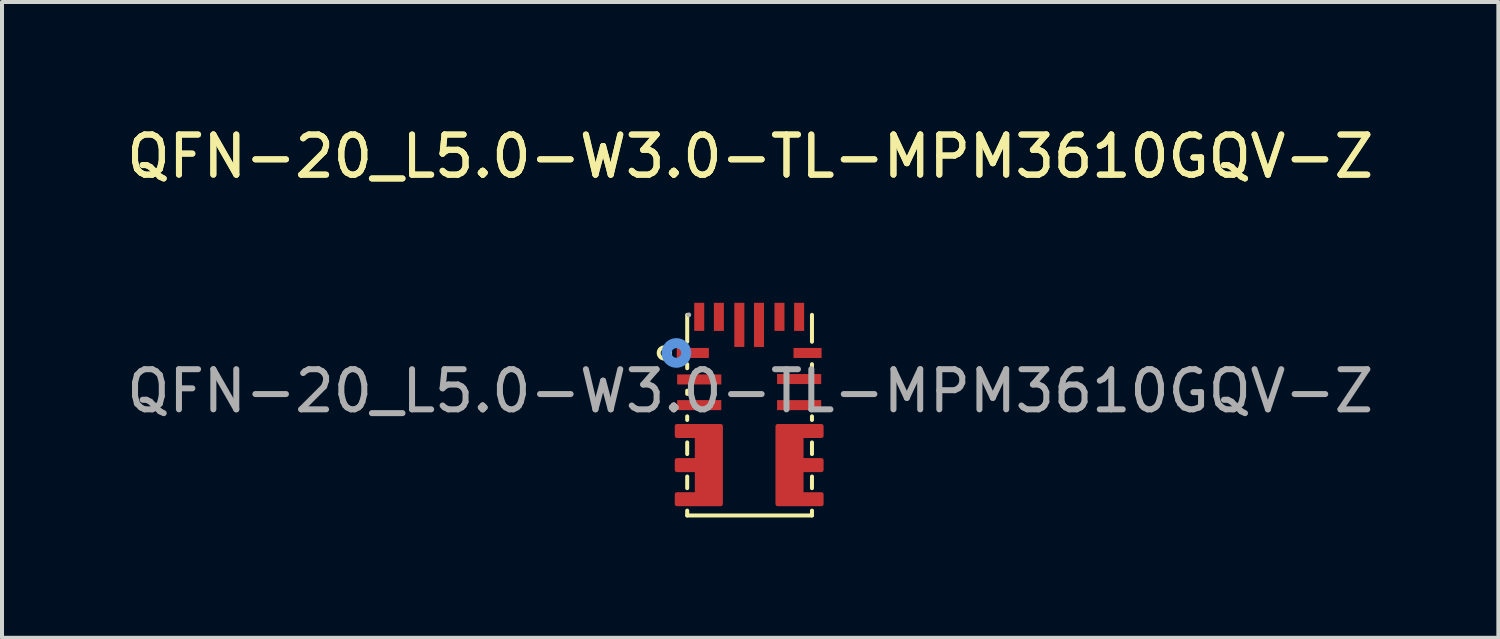
<source format=kicad_pcb>
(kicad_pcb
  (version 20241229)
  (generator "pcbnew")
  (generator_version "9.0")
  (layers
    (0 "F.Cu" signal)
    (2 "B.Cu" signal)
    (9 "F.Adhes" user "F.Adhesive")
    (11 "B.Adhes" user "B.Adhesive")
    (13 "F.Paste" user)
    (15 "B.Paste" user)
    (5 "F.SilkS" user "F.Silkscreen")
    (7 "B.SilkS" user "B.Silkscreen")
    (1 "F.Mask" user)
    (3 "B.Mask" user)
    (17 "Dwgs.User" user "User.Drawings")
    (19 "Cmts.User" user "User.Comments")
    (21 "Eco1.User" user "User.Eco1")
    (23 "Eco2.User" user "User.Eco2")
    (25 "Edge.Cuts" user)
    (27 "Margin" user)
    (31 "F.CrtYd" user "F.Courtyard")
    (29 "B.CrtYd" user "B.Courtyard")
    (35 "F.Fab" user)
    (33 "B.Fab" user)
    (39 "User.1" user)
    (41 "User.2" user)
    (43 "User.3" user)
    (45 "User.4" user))
  (footprint "QFN-20_L5.0-W3.0-TL-MPM3610GQV-Z"
    (layer "F.Cu")
    (at 15.649 6.698)
    (property "Reference" "QFN-20_L5.0-W3.0-TL-MPM3610GQV-Z" (at 0 -5.85 0) (layer "F.SilkS") (effects (font (size 1 1) (thickness 0.15))))
    (attr smd)
    (fp_line (start -1.57 -1.23) (end -1.57 -1.9) (stroke (width 0.1) (type solid)) (layer "F.SilkS"))
    (fp_line (start -1.57 -0.57) (end -1.57 -0.67) (stroke (width 0.1) (type solid)) (layer "F.SilkS"))
    (fp_line (start -1.57 0.07) (end -1.57 -0.01) (stroke (width 0.1) (type solid)) (layer "F.SilkS"))
    (fp_line (start -1.57 0.72) (end -1.57 0.63) (stroke (width 0.1) (type solid)) (layer "F.SilkS"))
    (fp_line (start -1.57 1.57) (end -1.57 1.28) (stroke (width 0.1) (type solid)) (layer "F.SilkS"))
    (fp_line (start -1.57 2.42) (end -1.57 2.13) (stroke (width 0.1) (type solid)) (layer "F.SilkS"))
    (fp_line (start -1.57 3.1) (end -1.57 2.98) (stroke (width 0.1) (type solid)) (layer "F.SilkS"))
    (fp_line (start -1.57 3.1) (end 1.54 3.1) (stroke (width 0.1) (type solid)) (layer "F.SilkS"))
    (fp_line (start 1.54 -1.23) (end 1.54 -1.9) (stroke (width 0.1) (type solid)) (layer "F.SilkS"))
    (fp_line (start 1.54 -0.58) (end 1.54 -0.67) (stroke (width 0.1) (type solid)) (layer "F.SilkS"))
    (fp_line (start 1.54 0.07) (end 1.54 -0.02) (stroke (width 0.1) (type solid)) (layer "F.SilkS"))
    (fp_line (start 1.54 0.72) (end 1.54 0.63) (stroke (width 0.1) (type solid)) (layer "F.SilkS"))
    (fp_line (start 1.54 1.57) (end 1.54 1.28) (stroke (width 0.1) (type solid)) (layer "F.SilkS"))
    (fp_line (start 1.54 2.42) (end 1.54 2.13) (stroke (width 0.1) (type solid)) (layer "F.SilkS"))
    (fp_line (start 1.54 3.1) (end 1.54 2.98) (stroke (width 0.1) (type solid)) (layer "F.SilkS"))
    (fp_circle (center -2.14 -0.95) (end -2 -0.95) (stroke (width 0.1) (type solid)) (fill no) (layer "F.SilkS"))
    (fp_circle (center -1.84 -0.95) (end -1.72 -0.95) (stroke (width 0.25) (type solid)) (fill no) (layer "Cmts.User"))
    (fp_circle (center -1.53 -1.9) (end -1.5 -1.9) (stroke (width 0.06) (type solid)) (fill no) (layer "F.Fab"))
    (fp_text user "${REFERENCE}" (at 0 -5.85 0) (layer "F.SilkS") (effects (font (size 1 1) (thickness 0.15))))
    (fp_text user "${REFERENCE}" (at 0 0 0) (layer "F.Fab") (effects (font (size 1 1) (thickness 0.15))))
    (pad "1" smd rect (at -1.43 -0.95) (size 0.8 0.25) (layers "F.Cu" "F.Mask" "F.Paste"))
    (pad "2" smd rect (at -1.27 -0.29) (size 1.1 0.25) (layers "F.Cu" "F.Mask" "F.Paste"))
    (pad "3" smd rect (at -1.27 0.35) (size 1.1 0.25) (layers "F.Cu" "F.Mask" "F.Paste"))
    (pad "4" smd custom (at -1.28 1.85) (size 0.01 0.01) (layers "F.Cu" "F.Mask" "F.Paste") (options (anchor circle)) (primitives (gr_poly (pts (xy -0.55 -0.98) (xy 0.55 -0.98) (xy 0.55 0.97) (xy -0.55 0.97) (xy -0.55 0.72) (xy -0.05 0.72) (xy -0.05 0.12) (xy -0.55 0.12) (xy -0.55 -0.13) (xy -0.05 -0.13) (xy -0.05 -0.73) (xy -0.55 -0.73)) (width 0.1) (fill yes))))
    (pad "9" smd custom (at 1.23 1.85) (size 0.01 0.01) (layers "F.Cu" "F.Mask" "F.Paste") (options (anchor circle)) (primitives (gr_poly (pts (xy 0.55 -0.98) (xy -0.55 -0.98) (xy -0.55 0.97) (xy 0.55 0.97) (xy 0.55 0.72) (xy 0.05 0.72) (xy 0.05 0.12) (xy 0.55 0.12) (xy 0.55 -0.13) (xy 0.05 -0.13) (xy 0.05 -0.73) (xy 0.55 -0.73)) (width 0.1) (fill yes))))
    (pad "10" smd rect (at 1.22 0.35) (size 1.1 0.25) (layers "F.Cu" "F.Mask" "F.Paste"))
    (pad "11" smd rect (at 1.22 -0.3) (size 1.1 0.25) (layers "F.Cu" "F.Mask" "F.Paste"))
    (pad "12" smd rect (at 1.43 -0.95) (size 0.7 0.25) (layers "F.Cu" "F.Mask" "F.Paste"))
    (pad "13" smd rect (at 1.22 -1.85) (size 0.25 0.7) (layers "F.Cu" "F.Mask" "F.Paste"))
    (pad "14" smd rect (at 0.73 -1.85) (size 0.25 0.7) (layers "F.Cu" "F.Mask" "F.Paste"))
    (pad "15" smd rect (at 0.22 -1.65) (size 0.25 1.1) (layers "F.Cu" "F.Mask" "F.Paste"))
    (pad "16" smd rect (at -0.27 -1.65) (size 0.25 1.1) (layers "F.Cu" "F.Mask" "F.Paste"))
    (pad "17" smd rect (at -0.78 -1.85) (size 0.25 0.7) (layers "F.Cu" "F.Mask" "F.Paste"))
    (pad "18" smd rect (at -1.27 -1.85) (size 0.25 0.7) (layers "F.Cu" "F.Mask" "F.Paste")))
  (gr_rect
    (start -3 -3)
    (end 34.298 12.848)
    (stroke (width 0.1) (type default))
    (fill no)
    (layer "Edge.Cuts")))
</source>
